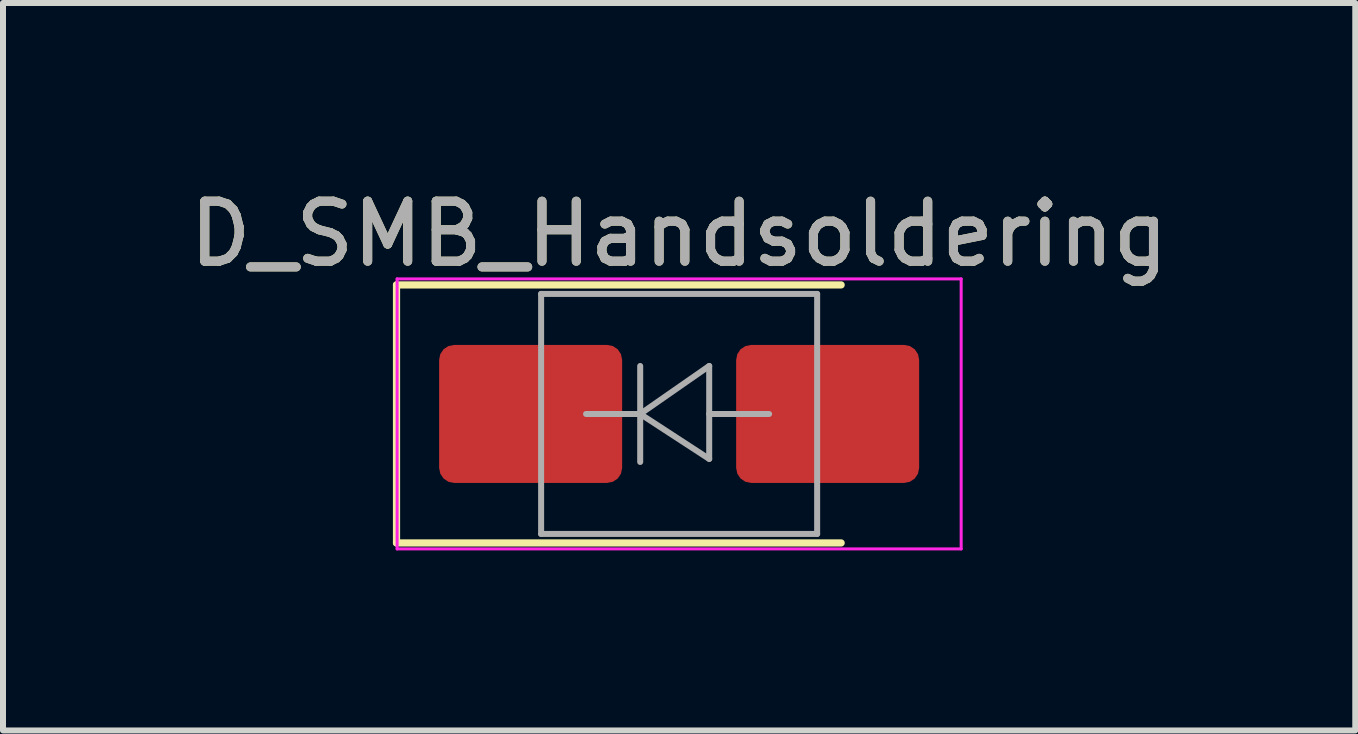
<source format=kicad_pcb>
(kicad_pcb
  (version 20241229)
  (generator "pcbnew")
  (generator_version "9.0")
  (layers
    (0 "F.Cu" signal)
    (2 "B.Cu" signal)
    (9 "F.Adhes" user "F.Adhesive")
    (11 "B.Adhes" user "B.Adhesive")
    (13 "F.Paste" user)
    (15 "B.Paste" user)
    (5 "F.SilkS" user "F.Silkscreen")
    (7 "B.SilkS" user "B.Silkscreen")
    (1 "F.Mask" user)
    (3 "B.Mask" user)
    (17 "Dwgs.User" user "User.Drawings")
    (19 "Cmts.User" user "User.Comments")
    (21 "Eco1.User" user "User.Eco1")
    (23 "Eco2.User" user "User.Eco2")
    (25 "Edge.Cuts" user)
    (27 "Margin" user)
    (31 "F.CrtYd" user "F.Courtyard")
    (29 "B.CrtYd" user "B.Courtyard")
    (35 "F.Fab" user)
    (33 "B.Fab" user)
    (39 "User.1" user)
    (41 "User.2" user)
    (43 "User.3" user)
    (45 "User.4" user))
  (footprint "D_SMB_Handsoldering"
    (layer "F.Cu")
    (at 8.268 3.848)
    (property "Reference" "D_SMB_Handsoldering" (at 0 -3 180) (layer "F.SilkS") (effects (font (size 1 1) (thickness 0.15))))
    (attr smd)
    (fp_line (start -4.71 -2.15) (end -4.71 2.15) (stroke (width 0.12) (type solid)) (layer "F.SilkS"))
    (fp_line (start -4.71 -2.15) (end 2.7 -2.15) (stroke (width 0.12) (type solid)) (layer "F.SilkS"))
    (fp_line (start -4.71 2.15) (end 2.7 2.15) (stroke (width 0.12) (type solid)) (layer "F.SilkS"))
    (fp_line (start -4.7 -2.25) (end 4.7 -2.25) (stroke (width 0.05) (type solid)) (layer "F.CrtYd"))
    (fp_line (start -4.7 2.25) (end -4.7 -2.25) (stroke (width 0.05) (type solid)) (layer "F.CrtYd"))
    (fp_line (start 4.7 -2.25) (end 4.7 2.25) (stroke (width 0.05) (type solid)) (layer "F.CrtYd"))
    (fp_line (start 4.7 2.25) (end -4.7 2.25) (stroke (width 0.05) (type solid)) (layer "F.CrtYd"))
    (fp_line (start -2.3 2) (end -2.3 -2) (stroke (width 0.1) (type solid)) (layer "F.Fab"))
    (fp_line (start -0.649 -0.799) (end -0.649 0.801) (stroke (width 0.1) (type solid)) (layer "F.Fab"))
    (fp_line (start -0.649 0.001) (end -1.551 0.001) (stroke (width 0.1) (type solid)) (layer "F.Fab"))
    (fp_line (start -0.649 0.001) (end 0.501 -0.799) (stroke (width 0.1) (type solid)) (layer "F.Fab"))
    (fp_line (start -0.649 0.001) (end 0.501 0.75) (stroke (width 0.1) (type solid)) (layer "F.Fab"))
    (fp_line (start 0.501 0.001) (end 1.499 0.001) (stroke (width 0.1) (type solid)) (layer "F.Fab"))
    (fp_line (start 0.501 0.75) (end 0.501 -0.799) (stroke (width 0.1) (type solid)) (layer "F.Fab"))
    (fp_line (start 2.3 -2) (end -2.3 -2) (stroke (width 0.1) (type solid)) (layer "F.Fab"))
    (fp_line (start 2.3 -2) (end 2.3 2) (stroke (width 0.1) (type solid)) (layer "F.Fab"))
    (fp_line (start 2.3 2) (end -2.3 2) (stroke (width 0.1) (type solid)) (layer "F.Fab"))
    (fp_text user "${REFERENCE}" (at 0 -3 180) (layer "F.Fab") (effects (font (size 1 1) (thickness 0.15))))
    (pad "1" smd roundrect (at -2.475 0) (size 3.05 2.3) (layers "F.Cu" "F.Mask" "F.Paste") (roundrect_rratio 0.109))
    (pad "2" smd roundrect (at 2.475 0.000002) (size 3.05 2.3) (layers "F.Cu" "F.Mask" "F.Paste") (roundrect_rratio 0.109)))
  (gr_rect
    (start -3 -3)
    (end 19.536 9.123)
    (stroke (width 0.1) (type default))
    (fill no)
    (layer "Edge.Cuts")))
</source>
